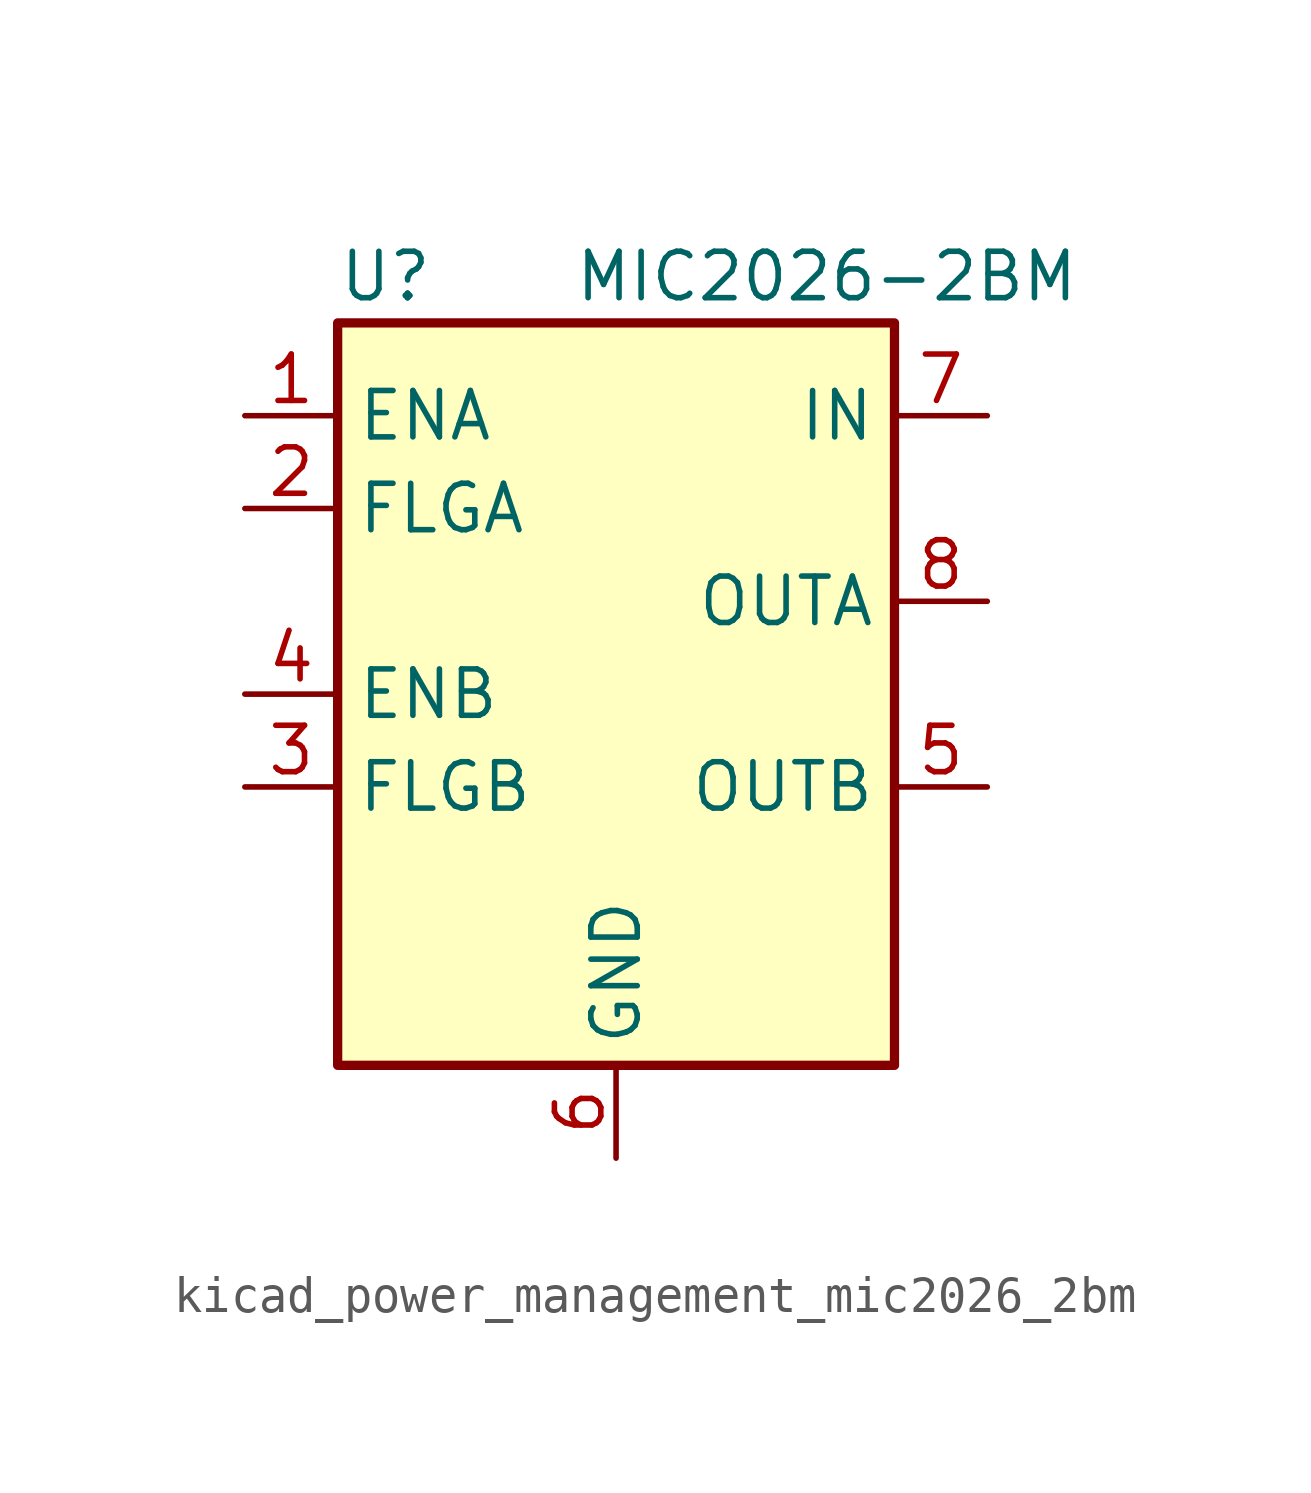
<source format=kicad_sym>
(kicad_symbol_lib
  (version 20220914)
  (generator kicad_symbol_editor)
  (symbol "kicad_power_management_mic2026_2bm"
    (property "Reference" "U"
      (at -7.62 11.43 0)
      (effects (font (size 1.27 1.27)) (justify left)))
    (property "Value" "MIC2026-2BM"
      (at 12.7 11.43 0)
      (effects (font (size 1.27 1.27)) (justify right)))
    (symbol "kicad_power_management_mic2026_2bm_0_1"
      (rectangle (start -7.62 -10.16) (end 7.62 10.16) (stroke (width 0.254) (type default)) (fill (type background))))
    (symbol "kicad_power_management_mic2026_2bm_1_1"
      (pin input line (at -10.16 7.62 0) (length 2.54) (name "ENA" (effects (font (size 1.27 1.27)))) (number "1" (effects (font (size 1.27 1.27)))))
      (pin output line (at -10.16 5.08 0) (length 2.54) (name "FLGA" (effects (font (size 1.27 1.27)))) (number "2" (effects (font (size 1.27 1.27)))))
      (pin output line (at -10.16 -2.54 0) (length 2.54) (name "FLGB" (effects (font (size 1.27 1.27)))) (number "3" (effects (font (size 1.27 1.27)))))
      (pin input line (at -10.16 0 0) (length 2.54) (name "ENB" (effects (font (size 1.27 1.27)))) (number "4" (effects (font (size 1.27 1.27)))))
      (pin power_out line (at 10.16 -2.54 180) (length 2.54) (name "OUTB" (effects (font (size 1.27 1.27)))) (number "5" (effects (font (size 1.27 1.27)))))
      (pin power_in line (at 0 -12.7 90) (length 2.54) (name "GND" (effects (font (size 1.27 1.27)))) (number "6" (effects (font (size 1.27 1.27)))))
      (pin power_in line (at 10.16 7.62 180) (length 2.54) (name "IN" (effects (font (size 1.27 1.27)))) (number "7" (effects (font (size 1.27 1.27)))))
      (pin power_out line (at 10.16 2.54 180) (length 2.54) (name "OUTA" (effects (font (size 1.27 1.27)))) (number "8" (effects (font (size 1.27 1.27))))))))
</source>
